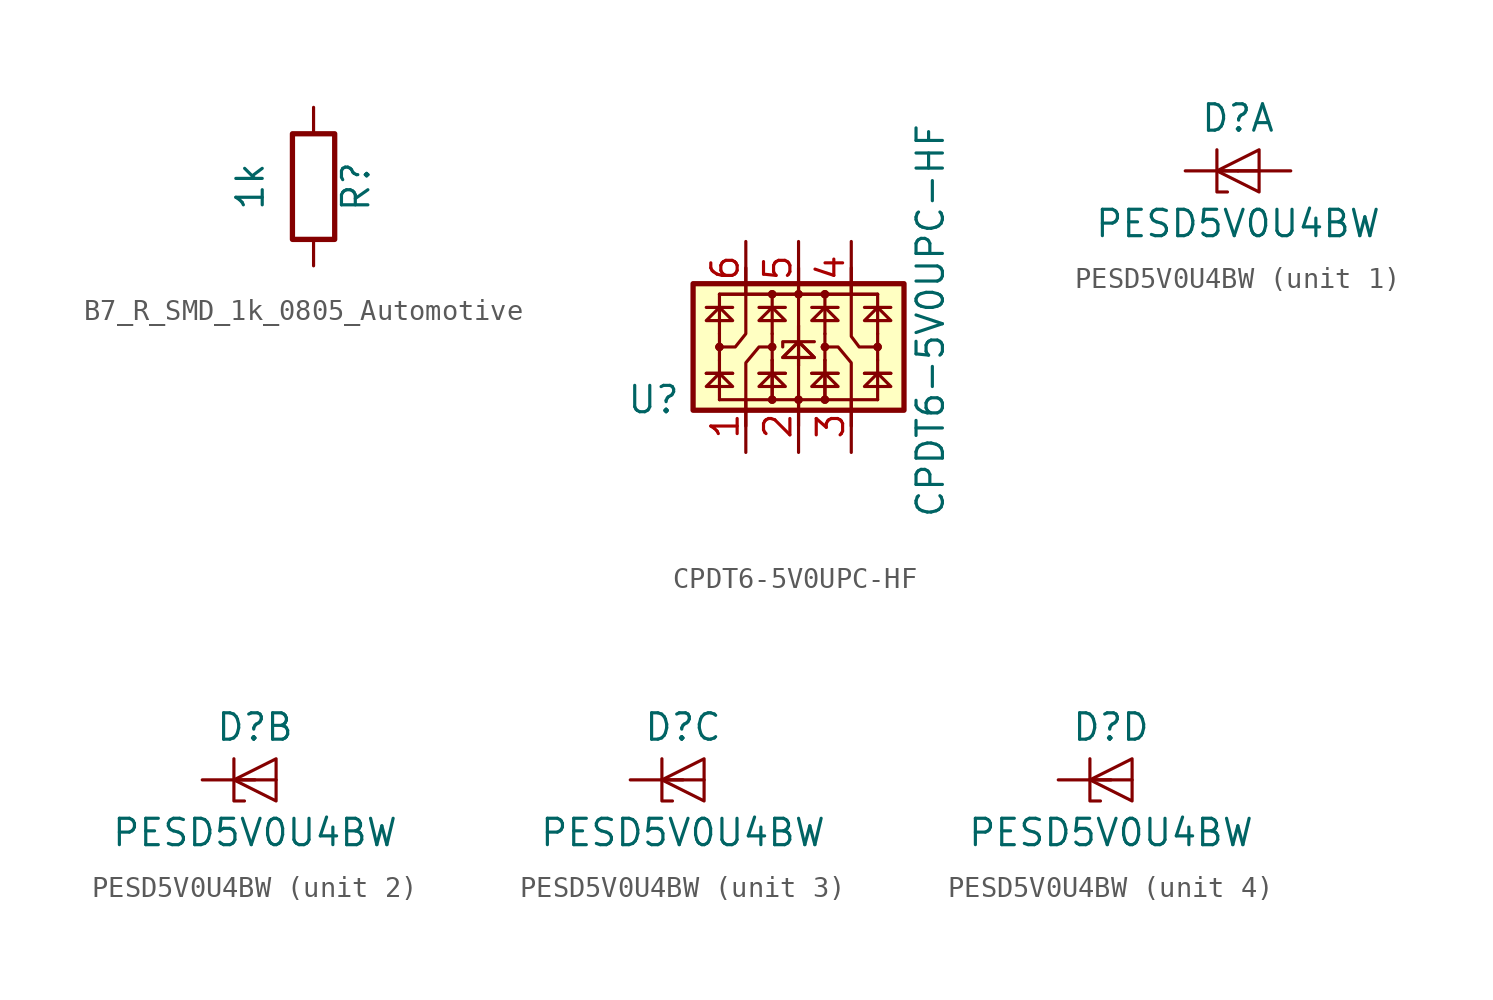
<source format=kicad_sym>
(kicad_symbol_lib
  (version 20241209)
  (generator "kicad_symbol_editor")
  (generator_version "9.0")
  (symbol "B7_R_SMD_1k_0805_Automotive"
    (pin_numbers
      (hide yes))
    (pin_names
      (offset 0))
    (property "Reference" "R"
      (at 2.032 0 90)
      (effects (font (size 1.27 1.27))))
    (property "Value" "1k"
      (at -3.048 0 90)
      (effects (font (size 1.27 1.27))))
    (symbol "B7_R_SMD_1k_0805_Automotive_0_1"
      (rectangle (start -1.016 2.54) (end 1.016 -2.54) (stroke (width 0.254) (type default)) (fill (type none))))
    (symbol "B7_R_SMD_1k_0805_Automotive_1_1"
      (pin passive line (at 0 3.81 270) (length 1.27) (name "~" (effects (font (size 1.27 1.27)))) (number "1" (effects (font (size 1.27 1.27)))))
      (pin passive line (at 0 -3.81 90) (length 1.27) (name "~" (effects (font (size 1.27 1.27)))) (number "2" (effects (font (size 1.27 1.27)))))))
  (symbol "CPDT6-5V0UPC-HF"
    (property "Reference" "U"
      (at -6.985 -2.54 0)
      (effects (font (size 1.27 1.27))))
    (property "Value" "CPDT6-5V0UPC-HF"
      (at 6.35 1.27 90)
      (effects (font (size 1.27 1.27))))
    (symbol "CPDT6-5V0UPC-HF_0_1"
      (rectangle (start -5.08 3.048) (end 5.08 -3.048) (stroke (width 0.254) (type default)) (fill (type background)))
      (polyline (pts (xy -4.445 1.905) (xy -3.175 1.905)) (stroke (width 0) (type default)) (fill (type none)))
      (polyline (pts (xy -4.445 1.27) (xy -3.175 1.27) (xy -3.81 1.905) (xy -4.445 1.27)) (stroke (width 0) (type default)) (fill (type none)))
      (polyline (pts (xy -4.445 -1.27) (xy -3.175 -1.27)) (stroke (width 0) (type default)) (fill (type none)))
      (polyline (pts (xy -4.445 -1.27) (xy -3.175 -1.27)) (stroke (width 0) (type default)) (fill (type none)))
      (polyline (pts (xy -4.445 -1.905) (xy -3.175 -1.905) (xy -3.81 -1.27) (xy -4.445 -1.905)) (stroke (width 0) (type default)) (fill (type none)))
      (polyline (pts (xy -3.81 2.54) (xy 3.81 2.54)) (stroke (width 0) (type default)) (fill (type none)))
      (polyline (pts (xy -3.81 2.54) (xy 3.81 2.54)) (stroke (width 0) (type default)) (fill (type none)))
      (polyline (pts (xy -3.81 0.635) (xy -3.81 2.54)) (stroke (width 0) (type default)) (fill (type none)))
      (circle (center -3.81 0) (radius 0.127) (stroke (width 0) (type default)) (fill (type none)))
      (circle (center -3.81 0) (radius 0.127) (stroke (width 0) (type default)) (fill (type none)))
      (polyline (pts (xy -3.81 -0.635) (xy -3.81 0.635)) (stroke (width 0) (type default)) (fill (type none)))
      (polyline (pts (xy -3.81 -2.54) (xy -3.81 -0.635)) (stroke (width 0) (type default)) (fill (type none)))
      (polyline (pts (xy -3.81 -2.54) (xy 3.81 -2.54)) (stroke (width 0) (type default)) (fill (type none)))
      (polyline (pts (xy -2.54 3.81) (xy -2.54 0.635) (xy -3.048 0) (xy -3.937 0)) (stroke (width 0) (type default)) (fill (type none)))
      (polyline (pts (xy -2.54 -3.81) (xy -2.54 -0.762) (xy -1.905 0) (xy -1.27 0)) (stroke (width 0) (type default)) (fill (type none)))
      (polyline (pts (xy -1.905 1.905) (xy -0.635 1.905)) (stroke (width 0) (type default)) (fill (type none)))
      (polyline (pts (xy -1.905 1.27) (xy -0.635 1.27) (xy -1.27 1.905) (xy -1.905 1.27)) (stroke (width 0) (type default)) (fill (type none)))
      (polyline (pts (xy -1.905 -1.27) (xy -0.635 -1.27)) (stroke (width 0) (type default)) (fill (type none)))
      (polyline (pts (xy -1.905 -1.27) (xy -0.635 -1.27)) (stroke (width 0) (type default)) (fill (type none)))
      (polyline (pts (xy -1.905 -1.905) (xy -0.635 -1.905) (xy -1.27 -1.27) (xy -1.905 -1.905)) (stroke (width 0) (type default)) (fill (type none)))
      (circle (center -1.27 2.54) (radius 0.127) (stroke (width 0) (type default)) (fill (type none)))
      (circle (center -1.27 2.54) (radius 0.127) (stroke (width 0) (type default)) (fill (type none)))
      (polyline (pts (xy -1.27 0.635) (xy -1.27 2.54)) (stroke (width 0) (type default)) (fill (type none)))
      (polyline (pts (xy -1.27 0.635) (xy -1.27 -0.635)) (stroke (width 0) (type default)) (fill (type none)))
      (circle (center -1.27 0) (radius 0.127) (stroke (width 0) (type default)) (fill (type none)))
      (circle (center -1.27 0) (radius 0.127) (stroke (width 0) (type default)) (fill (type none)))
      (circle (center -1.27 -2.54) (radius 0.127) (stroke (width 0) (type default)) (fill (type none)))
      (circle (center -1.27 -2.54) (radius 0.127) (stroke (width 0) (type default)) (fill (type none)))
      (polyline (pts (xy -1.27 -2.54) (xy -1.27 -0.635)) (stroke (width 0) (type default)) (fill (type none)))
      (polyline (pts (xy -1.27 -2.54) (xy -1.27 -0.635)) (stroke (width 0) (type default)) (fill (type none)))
      (polyline (pts (xy -0.762 -0.508) (xy 0.762 -0.508) (xy 0 0.254) (xy -0.762 -0.508)) (stroke (width 0) (type default)) (fill (type none)))
      (polyline (pts (xy -0.762 -0.508) (xy 0.762 -0.508) (xy 0 0.254) (xy -0.762 -0.508)) (stroke (width 0) (type default)) (fill (type none)))
      (circle (center 0 2.54) (radius 0.127) (stroke (width 0) (type default)) (fill (type none)))
      (circle (center 0 2.54) (radius 0.127) (stroke (width 0) (type default)) (fill (type none)))
      (polyline (pts (xy 0 1.016) (xy 0 3.81)) (stroke (width 0) (type default)) (fill (type none)))
      (polyline (pts (xy 0 -0.889) (xy 0 1.016)) (stroke (width 0) (type default)) (fill (type none)))
      (polyline (pts (xy 0 -0.889) (xy 0 1.016)) (stroke (width 0) (type default)) (fill (type none)))
      (polyline (pts (xy 0 -0.889) (xy 0 -3.81)) (stroke (width 0) (type default)) (fill (type none)))
      (circle (center 0 -2.54) (radius 0.127) (stroke (width 0) (type default)) (fill (type none)))
      (circle (center 0 -2.54) (radius 0.127) (stroke (width 0) (type default)) (fill (type none)))
      (polyline (pts (xy 0.635 1.905) (xy 1.905 1.905)) (stroke (width 0) (type default)) (fill (type none)))
      (polyline (pts (xy 0.635 1.27) (xy 1.905 1.27) (xy 1.27 1.905) (xy 0.635 1.27)) (stroke (width 0) (type default)) (fill (type none)))
      (polyline (pts (xy 0.635 -1.27) (xy 1.905 -1.27)) (stroke (width 0) (type default)) (fill (type none)))
      (polyline (pts (xy 0.635 -1.27) (xy 1.905 -1.27)) (stroke (width 0) (type default)) (fill (type none)))
      (polyline (pts (xy 0.635 -1.905) (xy 1.905 -1.905) (xy 1.27 -1.27) (xy 0.635 -1.905)) (stroke (width 0) (type default)) (fill (type none)))
      (polyline (pts (xy 0.762 0.254) (xy -0.762 0.254) (xy -0.762 0)) (stroke (width 0) (type default)) (fill (type none)))
      (circle (center 1.27 2.54) (radius 0.127) (stroke (width 0) (type default)) (fill (type none)))
      (circle (center 1.27 2.54) (radius 0.127) (stroke (width 0) (type default)) (fill (type none)))
      (polyline (pts (xy 1.27 0.635) (xy 1.27 2.54)) (stroke (width 0) (type default)) (fill (type none)))
      (polyline (pts (xy 1.27 0.635) (xy 1.27 -0.635)) (stroke (width 0) (type default)) (fill (type none)))
      (circle (center 1.27 0) (radius 0.127) (stroke (width 0) (type default)) (fill (type none)))
      (circle (center 1.27 0) (radius 0.127) (stroke (width 0) (type default)) (fill (type none)))
      (polyline (pts (xy 1.27 -2.54) (xy 1.27 -0.635)) (stroke (width 0) (type default)) (fill (type none)))
      (polyline (pts (xy 1.27 -2.54) (xy 1.27 -0.635)) (stroke (width 0) (type default)) (fill (type none)))
      (circle (center 1.27 -2.54) (radius 0.127) (stroke (width 0) (type default)) (fill (type none)))
      (circle (center 1.27 -2.54) (radius 0.127) (stroke (width 0) (type default)) (fill (type none)))
      (polyline (pts (xy 2.54 3.81) (xy 2.54 0.508) (xy 2.921 0) (xy 3.81 0)) (stroke (width 0) (type default)) (fill (type none)))
      (polyline (pts (xy 2.54 -3.81) (xy 2.54 -0.762) (xy 1.905 0) (xy 1.143 0)) (stroke (width 0) (type default)) (fill (type none)))
      (polyline (pts (xy 3.175 1.905) (xy 4.445 1.905)) (stroke (width 0) (type default)) (fill (type none)))
      (polyline (pts (xy 3.175 1.27) (xy 4.445 1.27) (xy 3.81 1.905) (xy 3.175 1.27)) (stroke (width 0) (type default)) (fill (type none)))
      (polyline (pts (xy 3.175 -1.27) (xy 4.445 -1.27)) (stroke (width 0) (type default)) (fill (type none)))
      (polyline (pts (xy 3.175 -1.27) (xy 4.445 -1.27)) (stroke (width 0) (type default)) (fill (type none)))
      (polyline (pts (xy 3.175 -1.905) (xy 4.445 -1.905) (xy 3.81 -1.27) (xy 3.175 -1.905)) (stroke (width 0) (type default)) (fill (type none)))
      (polyline (pts (xy 3.81 0.635) (xy 3.81 2.54)) (stroke (width 0) (type default)) (fill (type none)))
      (polyline (pts (xy 3.81 0.635) (xy 3.81 -0.635)) (stroke (width 0) (type default)) (fill (type none)))
      (circle (center 3.81 0) (radius 0.127) (stroke (width 0) (type default)) (fill (type none)))
      (circle (center 3.81 0) (radius 0.127) (stroke (width 0) (type default)) (fill (type none)))
      (polyline (pts (xy 3.81 -2.54) (xy 3.81 -0.635)) (stroke (width 0) (type default)) (fill (type none))))
    (symbol "CPDT6-5V0UPC-HF_1_1"
      (pin passive line (at -2.54 5.08 270) (length 2.54) (name "~" (effects (font (size 1.27 1.27)))) (number "6" (effects (font (size 1.27 1.27)))))
      (pin passive line (at -2.54 -5.08 90) (length 2.54) (name "~" (effects (font (size 1.27 1.27)))) (number "1" (effects (font (size 1.27 1.27)))))
      (pin passive line (at 0 5.08 270) (length 2.54) (name "~" (effects (font (size 1.27 1.27)))) (number "5" (effects (font (size 1.27 1.27)))))
      (pin passive line (at 0 -5.08 90) (length 2.54) (name "~" (effects (font (size 1.27 1.27)))) (number "2" (effects (font (size 1.27 1.27)))))
      (pin passive line (at 2.54 5.08 270) (length 2.54) (name "~" (effects (font (size 1.27 1.27)))) (number "4" (effects (font (size 1.27 1.27)))))
      (pin passive line (at 2.54 -5.08 90) (length 2.54) (name "~" (effects (font (size 1.27 1.27)))) (number "3" (effects (font (size 1.27 1.27)))))))
  (symbol "PESD5V0U4BW"
    (pin_numbers
      (hide yes))
    (pin_names
      (hide yes))
    (property "Reference" "D"
      (at 0 2.54 0)
      (effects (font (size 1.27 1.27))))
    (property "Value" "PESD5V0U4BW"
      (at 0 -2.54 0)
      (effects (font (size 1.27 1.27))))
    (property "ki_locked" ""
      (at 0 0 0)
      (effects (font (size 1.27 1.27))))
    (symbol "PESD5V0U4BW_0_1"
      (polyline (pts (xy -1.016 1.016) (xy -1.016 -1.016) (xy -0.508 -1.016)) (stroke (width 0) (type default)) (fill (type none)))
      (polyline (pts (xy -1.016 0) (xy 1.016 0)) (stroke (width 0) (type default)) (fill (type none)))
      (polyline (pts (xy 1.016 1.016) (xy -1.016 0) (xy 1.016 -1.016) (xy 1.016 1.016)) (stroke (width 0) (type default)) (fill (type none))))
    (symbol "PESD5V0U4BW_1_1"
      (pin passive line (at -2.54 0 0) (length 2.54) (name "K1" (effects (font (size 1.27 1.27)))) (number "1" (effects (font (size 1.27 1.27)))))
      (pin passive line (at 2.54 0 180) (length 2.54) (name "A" (effects (font (size 1.27 1.27)))) (number "2" (effects (font (size 1.27 1.27)))))
      (pin passive line (at 2.54 0 180) (length 2.54) (hide yes) (name "A" (effects (font (size 1.27 1.27)))) (number "5" (effects (font (size 1.27 1.27))))))
    (symbol "PESD5V0U4BW_2_1"
      (pin passive line (at -2.54 0 0) (length 2.54) (name "K2" (effects (font (size 1.27 1.27)))) (number "3" (effects (font (size 1.27 1.27))))))
    (symbol "PESD5V0U4BW_3_1"
      (pin passive line (at -2.54 0 0) (length 2.54) (name "K3" (effects (font (size 1.27 1.27)))) (number "4" (effects (font (size 1.27 1.27))))))
    (symbol "PESD5V0U4BW_4_1"
      (pin passive line (at -2.54 0 0) (length 2.54) (name "K4" (effects (font (size 1.27 1.27)))) (number "6" (effects (font (size 1.27 1.27))))))))
</source>
